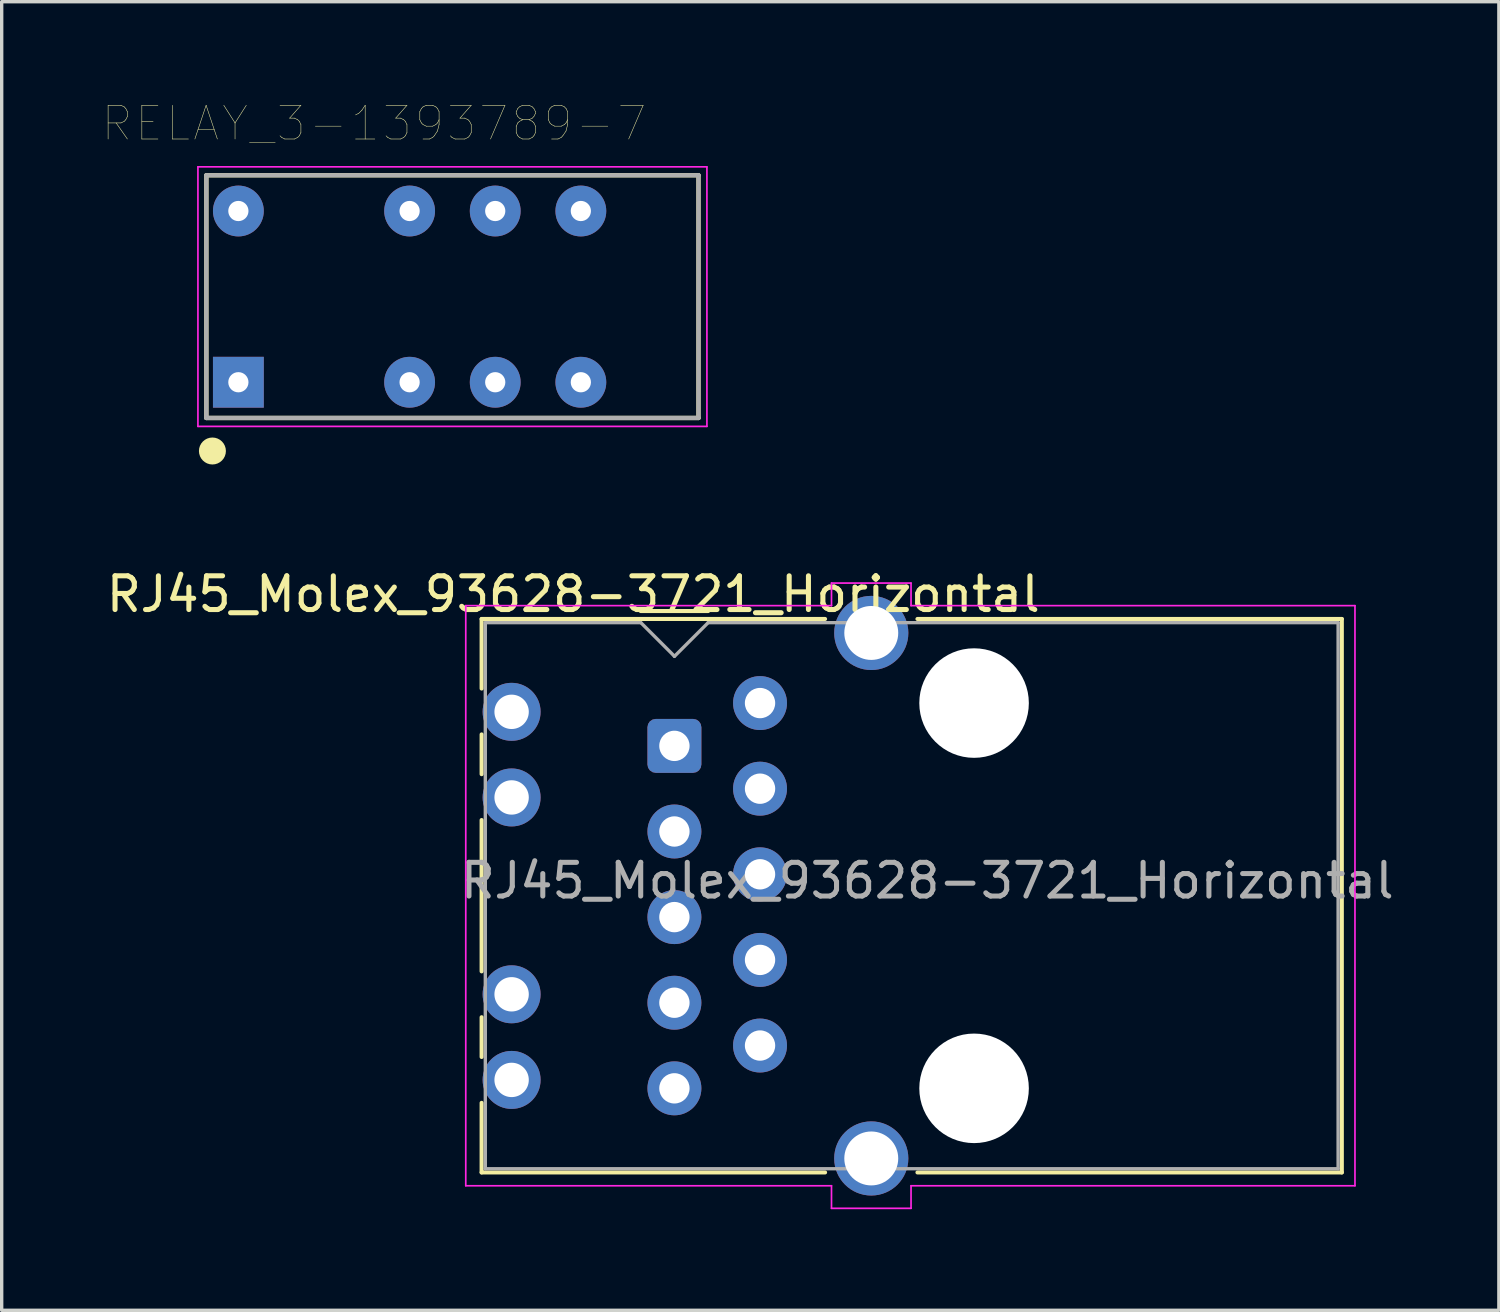
<source format=kicad_pcb>
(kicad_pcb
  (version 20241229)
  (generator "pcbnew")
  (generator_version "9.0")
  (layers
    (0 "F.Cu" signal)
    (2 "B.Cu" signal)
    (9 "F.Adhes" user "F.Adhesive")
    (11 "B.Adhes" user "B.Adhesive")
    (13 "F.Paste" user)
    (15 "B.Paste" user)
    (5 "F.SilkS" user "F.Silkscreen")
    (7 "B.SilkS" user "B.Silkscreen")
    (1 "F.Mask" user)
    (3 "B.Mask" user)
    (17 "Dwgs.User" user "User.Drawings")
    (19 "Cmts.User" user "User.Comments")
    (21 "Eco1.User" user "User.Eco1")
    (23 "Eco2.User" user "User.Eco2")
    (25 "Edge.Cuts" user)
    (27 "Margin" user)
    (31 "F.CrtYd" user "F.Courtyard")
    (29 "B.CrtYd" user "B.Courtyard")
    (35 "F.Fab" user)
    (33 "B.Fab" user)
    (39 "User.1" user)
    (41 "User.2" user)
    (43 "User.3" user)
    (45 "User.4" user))
  (footprint "RELAY_3-1393789-7"
    (layer "F.Cu")
    (at 10.372 5.75)
    (property "Reference" "RELAY_3-1393789-7" (at -2.326 -5.138 0) (layer "F.SilkS") (effects (font (size 1.001 1.001) (thickness 0.015))))
    (attr through_hole)
    (fp_line (start -7.3 -3.6) (end -7.3 3.6) (stroke (width 0.127) (type solid)) (layer "F.SilkS"))
    (fp_line (start -7.3 3.6) (end 7.3 3.6) (stroke (width 0.127) (type solid)) (layer "F.SilkS"))
    (fp_line (start 7.3 -3.6) (end -7.3 -3.6) (stroke (width 0.127) (type solid)) (layer "F.SilkS"))
    (fp_line (start 7.3 3.6) (end 7.3 -3.6) (stroke (width 0.127) (type solid)) (layer "F.SilkS"))
    (fp_circle (center -7.12 4.58) (end -6.92 4.58) (stroke (width 0.4) (type solid)) (fill no) (layer "F.SilkS"))
    (fp_line (start -7.55 -3.85) (end 7.55 -3.85) (stroke (width 0.05) (type solid)) (layer "F.CrtYd"))
    (fp_line (start -7.55 3.85) (end -7.55 -3.85) (stroke (width 0.05) (type solid)) (layer "F.CrtYd"))
    (fp_line (start 7.55 -3.85) (end 7.55 3.85) (stroke (width 0.05) (type solid)) (layer "F.CrtYd"))
    (fp_line (start 7.55 3.85) (end -7.55 3.85) (stroke (width 0.05) (type solid)) (layer "F.CrtYd"))
    (fp_line (start -7.3 -3.6) (end -7.3 3.6) (stroke (width 0.127) (type solid)) (layer "F.Fab"))
    (fp_line (start -7.3 3.6) (end 7.3 3.6) (stroke (width 0.127) (type solid)) (layer "F.Fab"))
    (fp_line (start 7.3 -3.6) (end -7.3 -3.6) (stroke (width 0.127) (type solid)) (layer "F.Fab"))
    (fp_line (start 7.3 3.6) (end 7.3 -3.6) (stroke (width 0.127) (type solid)) (layer "F.Fab"))
    (pad "1" thru_hole rect (at -6.35 2.54) (size 1.508 1.508) (drill 0.6) (layers "*.Cu" "*.Mask"))
    (pad "3" thru_hole circle (at -1.27 2.54) (size 1.508 1.508) (drill 0.6) (layers "*.Cu" "*.Mask"))
    (pad "4" thru_hole circle (at 1.27 2.54) (size 1.508 1.508) (drill 0.6) (layers "*.Cu" "*.Mask"))
    (pad "5" thru_hole circle (at 3.81 2.54) (size 1.508 1.508) (drill 0.6) (layers "*.Cu" "*.Mask"))
    (pad "8" thru_hole circle (at 3.81 -2.54) (size 1.508 1.508) (drill 0.6) (layers "*.Cu" "*.Mask"))
    (pad "9" thru_hole circle (at 1.27 -2.54) (size 1.508 1.508) (drill 0.6) (layers "*.Cu" "*.Mask"))
    (pad "10" thru_hole circle (at -1.27 -2.54) (size 1.508 1.508) (drill 0.6) (layers "*.Cu" "*.Mask"))
    (pad "12" thru_hole circle (at -6.35 -2.54) (size 1.508 1.508) (drill 0.6) (layers "*.Cu" "*.Mask")))
  (footprint "RJ45_Molex_93628-3721_Horizontal"
    (layer "F.Cu")
    (at 16.958 19.078)
    (property "Reference" "RJ45_Molex_93628-3721_Horizontal" (at -3 -4.5 0) (layer "F.SilkS") (effects (font (size 1 1) (thickness 0.15))))
    (attr through_hole)
    (fp_line (start -5.72 -3.765) (end -5.72 -1.7) (stroke (width 0.12) (type solid)) (layer "F.SilkS"))
    (fp_line (start -5.72 0.84) (end -5.72 -0.34) (stroke (width 0.12) (type solid)) (layer "F.SilkS"))
    (fp_line (start -5.72 6.69) (end -5.72 2.2) (stroke (width 0.12) (type solid)) (layer "F.SilkS"))
    (fp_line (start -5.72 9.23) (end -5.72 8.05) (stroke (width 0.12) (type solid)) (layer "F.SilkS"))
    (fp_line (start -5.72 10.59) (end -5.72 12.655) (stroke (width 0.12) (type solid)) (layer "F.SilkS"))
    (fp_line (start -5.72 12.655) (end 4.47 12.655) (stroke (width 0.12) (type solid)) (layer "F.SilkS"))
    (fp_line (start -1 -4) (end 1 -4) (stroke (width 0.12) (type solid)) (layer "F.SilkS"))
    (fp_line (start 4.47 -3.765) (end -5.72 -3.765) (stroke (width 0.12) (type solid)) (layer "F.SilkS"))
    (fp_line (start 7.21 12.655) (end 19.8 12.655) (stroke (width 0.12) (type solid)) (layer "F.SilkS"))
    (fp_line (start 19.8 -3.765) (end 7.21 -3.765) (stroke (width 0.12) (type solid)) (layer "F.SilkS"))
    (fp_line (start 19.8 12.655) (end 19.8 -3.765) (stroke (width 0.12) (type solid)) (layer "F.SilkS"))
    (fp_line (start -6.19 -4.16) (end -6.19 13.05) (stroke (width 0.05) (type solid)) (layer "F.CrtYd"))
    (fp_line (start 4.66 -4.83) (end 4.66 -4.16) (stroke (width 0.05) (type solid)) (layer "F.CrtYd"))
    (fp_line (start 4.66 -4.16) (end -6.19 -4.16) (stroke (width 0.05) (type solid)) (layer "F.CrtYd"))
    (fp_line (start 4.66 13.05) (end -6.19 13.05) (stroke (width 0.05) (type solid)) (layer "F.CrtYd"))
    (fp_line (start 4.66 13.05) (end 4.66 13.72) (stroke (width 0.05) (type solid)) (layer "F.CrtYd"))
    (fp_line (start 7.02 -4.83) (end 4.66 -4.83) (stroke (width 0.05) (type solid)) (layer "F.CrtYd"))
    (fp_line (start 7.02 -4.83) (end 7.02 -4.16) (stroke (width 0.05) (type solid)) (layer "F.CrtYd"))
    (fp_line (start 7.02 13.05) (end 7.02 13.72) (stroke (width 0.05) (type solid)) (layer "F.CrtYd"))
    (fp_line (start 7.02 13.72) (end 4.66 13.72) (stroke (width 0.05) (type solid)) (layer "F.CrtYd"))
    (fp_line (start 20.19 -4.16) (end 7.02 -4.16) (stroke (width 0.05) (type solid)) (layer "F.CrtYd"))
    (fp_line (start 20.19 13.05) (end 7.02 13.05) (stroke (width 0.05) (type solid)) (layer "F.CrtYd"))
    (fp_line (start 20.19 13.05) (end 20.19 -4.16) (stroke (width 0.05) (type solid)) (layer "F.CrtYd"))
    (fp_line (start -5.61 -3.655) (end -5.61 12.545) (stroke (width 0.1) (type solid)) (layer "F.Fab"))
    (fp_line (start -5.61 12.545) (end 19.69 12.545) (stroke (width 0.1) (type solid)) (layer "F.Fab"))
    (fp_line (start -1 -3.655) (end -5.61 -3.655) (stroke (width 0.1) (type solid)) (layer "F.Fab"))
    (fp_line (start 0 -2.66) (end -1 -3.66) (stroke (width 0.1) (type solid)) (layer "F.Fab"))
    (fp_line (start 0 -2.655) (end 1 -3.655) (stroke (width 0.1) (type solid)) (layer "F.Fab"))
    (fp_line (start 19.69 -3.655) (end 1 -3.655) (stroke (width 0.1) (type solid)) (layer "F.Fab"))
    (fp_line (start 19.69 12.545) (end 19.69 -3.655) (stroke (width 0.1) (type solid)) (layer "F.Fab"))
    (fp_text user "${REFERENCE}" (at 7.5 4 180) (layer "F.Fab") (effects (font (size 1 1) (thickness 0.15))))
    (pad "" np_thru_hole circle (at 8.89 -1.27 90) (size 3.25 3.25) (drill 3.25) (layers "*.Cu" "*.Mask"))
    (pad "" np_thru_hole circle (at 8.89 10.16 90) (size 3.25 3.25) (drill 3.25) (layers "*.Cu" "*.Mask"))
    (pad "1" thru_hole circle (at 0 10.16 90) (size 1.6 1.6) (drill 0.9) (layers "*.Cu" "*.Mask"))
    (pad "2" thru_hole circle (at 2.54 8.89 90) (size 1.6 1.6) (drill 0.9) (layers "*.Cu" "*.Mask"))
    (pad "3" thru_hole circle (at 0 7.62 90) (size 1.6 1.6) (drill 0.9) (layers "*.Cu" "*.Mask"))
    (pad "4" thru_hole circle (at 2.54 6.35 90) (size 1.6 1.6) (drill 0.9) (layers "*.Cu" "*.Mask"))
    (pad "5" thru_hole circle (at 0 5.08 90) (size 1.6 1.6) (drill 0.9) (layers "*.Cu" "*.Mask"))
    (pad "6" thru_hole circle (at 2.54 3.81 90) (size 1.6 1.6) (drill 0.9) (layers "*.Cu" "*.Mask"))
    (pad "7" thru_hole circle (at 0 2.54 90) (size 1.6 1.6) (drill 0.9) (layers "*.Cu" "*.Mask"))
    (pad "8" thru_hole circle (at 2.54 1.27 90) (size 1.6 1.6) (drill 0.9) (layers "*.Cu" "*.Mask"))
    (pad "9" thru_hole roundrect (at 0 0 90) (size 1.6 1.6) (drill 0.9) (layers "*.Cu" "*.Mask") (roundrect_rratio 0.155))
    (pad "10" thru_hole circle (at 2.54 -1.27 90) (size 1.6 1.6) (drill 0.9) (layers "*.Cu" "*.Mask"))
    (pad "11" thru_hole circle (at -4.83 9.91 90) (size 1.72 1.72) (drill 1.02) (layers "*.Cu" "*.Mask"))
    (pad "12" thru_hole circle (at -4.83 7.37 90) (size 1.72 1.72) (drill 1.02) (layers "*.Cu" "*.Mask"))
    (pad "13" thru_hole circle (at -4.83 1.53 90) (size 1.72 1.72) (drill 1.02) (layers "*.Cu" "*.Mask"))
    (pad "14" thru_hole circle (at -4.83 -1.01 90) (size 1.72 1.72) (drill 1.02) (layers "*.Cu" "*.Mask"))
    (pad "15" thru_hole circle (at 5.84 12.24 90) (size 2.2 2.2) (drill 1.6) (layers "*.Cu" "*.Mask"))
    (pad "16" thru_hole circle (at 5.84 -3.35 90) (size 2.2 2.2) (drill 1.6) (layers "*.Cu" "*.Mask")))
  (gr_rect
    (start -3 -3)
    (end 41.417 35.823)
    (stroke (width 0.1) (type default))
    (fill no)
    (layer "Edge.Cuts")))
</source>
